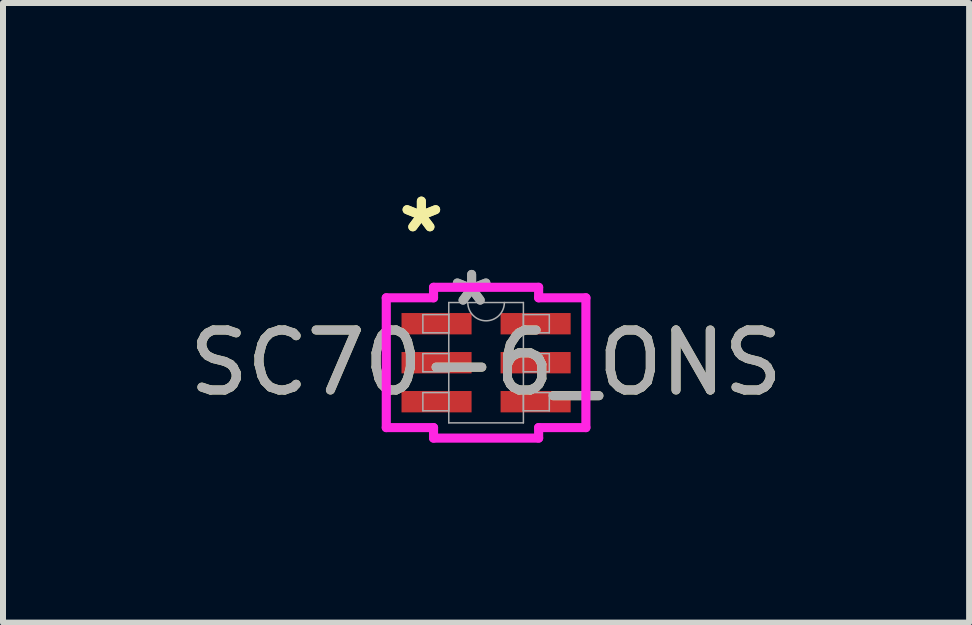
<source format=kicad_pcb>
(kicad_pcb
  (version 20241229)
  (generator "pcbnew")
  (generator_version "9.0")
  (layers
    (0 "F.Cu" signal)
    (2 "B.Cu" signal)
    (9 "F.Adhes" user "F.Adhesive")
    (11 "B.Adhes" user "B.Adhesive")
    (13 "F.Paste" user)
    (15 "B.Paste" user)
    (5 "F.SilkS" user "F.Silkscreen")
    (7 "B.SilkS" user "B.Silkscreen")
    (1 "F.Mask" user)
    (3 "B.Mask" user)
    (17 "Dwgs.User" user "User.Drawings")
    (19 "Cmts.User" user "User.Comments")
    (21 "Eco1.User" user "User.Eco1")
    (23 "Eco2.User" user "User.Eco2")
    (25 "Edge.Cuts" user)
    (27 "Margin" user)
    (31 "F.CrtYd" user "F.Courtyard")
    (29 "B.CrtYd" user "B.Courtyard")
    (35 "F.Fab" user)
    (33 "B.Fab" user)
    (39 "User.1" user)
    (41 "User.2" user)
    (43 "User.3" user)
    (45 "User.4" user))
  (footprint "SC70-6_ONS"
    (layer "F.Cu")
    (at 5.054 2.997)
    (property "Reference" "SC70-6_ONS" (at 0 0 0) (unlocked yes) (layer "F.SilkS") (effects (font (size 1 1) (thickness 0.15))))
    (attr smd)
    (fp_line (start -1.664 -1.082) (end -0.876 -1.082) (stroke (width 0.152) (type solid)) (layer "F.CrtYd"))
    (fp_line (start -1.664 1.082) (end -1.664 -1.082) (stroke (width 0.152) (type solid)) (layer "F.CrtYd"))
    (fp_line (start -1.664 1.082) (end -0.876 1.082) (stroke (width 0.152) (type solid)) (layer "F.CrtYd"))
    (fp_line (start -0.876 -1.257) (end 0.876 -1.257) (stroke (width 0.152) (type solid)) (layer "F.CrtYd"))
    (fp_line (start -0.876 -1.082) (end -0.876 -1.257) (stroke (width 0.152) (type solid)) (layer "F.CrtYd"))
    (fp_line (start -0.876 1.257) (end -0.876 1.082) (stroke (width 0.152) (type solid)) (layer "F.CrtYd"))
    (fp_line (start 0.876 -1.257) (end 0.876 -1.082) (stroke (width 0.152) (type solid)) (layer "F.CrtYd"))
    (fp_line (start 0.876 1.082) (end 0.876 1.257) (stroke (width 0.152) (type solid)) (layer "F.CrtYd"))
    (fp_line (start 0.876 1.257) (end -0.876 1.257) (stroke (width 0.152) (type solid)) (layer "F.CrtYd"))
    (fp_line (start 1.664 -1.082) (end 0.876 -1.082) (stroke (width 0.152) (type solid)) (layer "F.CrtYd"))
    (fp_line (start 1.664 -1.082) (end 1.664 1.082) (stroke (width 0.152) (type solid)) (layer "F.CrtYd"))
    (fp_line (start 1.664 1.082) (end 0.876 1.082) (stroke (width 0.152) (type solid)) (layer "F.CrtYd"))
    (fp_line (start -1.054 -0.802) (end -1.054 -0.498) (stroke (width 0.025) (type solid)) (layer "F.Fab"))
    (fp_line (start -1.054 -0.498) (end -0.622 -0.498) (stroke (width 0.025) (type solid)) (layer "F.Fab"))
    (fp_line (start -1.054 -0.152) (end -1.054 0.152) (stroke (width 0.025) (type solid)) (layer "F.Fab"))
    (fp_line (start -1.054 0.152) (end -0.622 0.152) (stroke (width 0.025) (type solid)) (layer "F.Fab"))
    (fp_line (start -1.054 0.498) (end -1.054 0.802) (stroke (width 0.025) (type solid)) (layer "F.Fab"))
    (fp_line (start -1.054 0.802) (end -0.622 0.802) (stroke (width 0.025) (type solid)) (layer "F.Fab"))
    (fp_line (start -0.622 -1.003) (end -0.622 1.003) (stroke (width 0.025) (type solid)) (layer "F.Fab"))
    (fp_line (start -0.622 -0.802) (end -1.054 -0.802) (stroke (width 0.025) (type solid)) (layer "F.Fab"))
    (fp_line (start -0.622 -0.498) (end -0.622 -0.802) (stroke (width 0.025) (type solid)) (layer "F.Fab"))
    (fp_line (start -0.622 -0.152) (end -1.054 -0.152) (stroke (width 0.025) (type solid)) (layer "F.Fab"))
    (fp_line (start -0.622 0.152) (end -0.622 -0.152) (stroke (width 0.025) (type solid)) (layer "F.Fab"))
    (fp_line (start -0.622 0.498) (end -1.054 0.498) (stroke (width 0.025) (type solid)) (layer "F.Fab"))
    (fp_line (start -0.622 0.802) (end -0.622 0.498) (stroke (width 0.025) (type solid)) (layer "F.Fab"))
    (fp_line (start -0.622 1.003) (end 0.622 1.003) (stroke (width 0.025) (type solid)) (layer "F.Fab"))
    (fp_line (start 0.622 -1.003) (end -0.622 -1.003) (stroke (width 0.025) (type solid)) (layer "F.Fab"))
    (fp_line (start 0.622 -0.802) (end 0.622 -0.498) (stroke (width 0.025) (type solid)) (layer "F.Fab"))
    (fp_line (start 0.622 -0.498) (end 1.054 -0.498) (stroke (width 0.025) (type solid)) (layer "F.Fab"))
    (fp_line (start 0.622 -0.152) (end 0.622 0.152) (stroke (width 0.025) (type solid)) (layer "F.Fab"))
    (fp_line (start 0.622 0.152) (end 1.054 0.152) (stroke (width 0.025) (type solid)) (layer "F.Fab"))
    (fp_line (start 0.622 0.498) (end 0.622 0.802) (stroke (width 0.025) (type solid)) (layer "F.Fab"))
    (fp_line (start 0.622 0.802) (end 1.054 0.802) (stroke (width 0.025) (type solid)) (layer "F.Fab"))
    (fp_line (start 0.622 1.003) (end 0.622 -1.003) (stroke (width 0.025) (type solid)) (layer "F.Fab"))
    (fp_line (start 1.054 -0.802) (end 0.622 -0.802) (stroke (width 0.025) (type solid)) (layer "F.Fab"))
    (fp_line (start 1.054 -0.498) (end 1.054 -0.802) (stroke (width 0.025) (type solid)) (layer "F.Fab"))
    (fp_line (start 1.054 -0.152) (end 0.622 -0.152) (stroke (width 0.025) (type solid)) (layer "F.Fab"))
    (fp_line (start 1.054 0.152) (end 1.054 -0.152) (stroke (width 0.025) (type solid)) (layer "F.Fab"))
    (fp_line (start 1.054 0.498) (end 0.622 0.498) (stroke (width 0.025) (type solid)) (layer "F.Fab"))
    (fp_line (start 1.054 0.802) (end 1.054 0.498) (stroke (width 0.025) (type solid)) (layer "F.Fab"))
    (fp_arc (start 0.3048 -1.0033) (mid 0 -0.6985) (end -0.3048 -1.0033) (stroke (width 0.0254) (type solid)) (layer "F.Fab"))
    (fp_text user "*" (at -1.079 -2.149 0) (layer "F.SilkS") (effects (font (size 1 1) (thickness 0.15))))
    (fp_text user "*" (at -1.079 -2.149 0) (unlocked yes) (layer "F.SilkS") (effects (font (size 1 1) (thickness 0.15))))
    (fp_text user "${REFERENCE}" (at 0 0 0) (unlocked yes) (layer "F.Fab") (effects (font (size 1 1) (thickness 0.15))))
    (fp_text user "*" (at -0.241 -0.927 0) (unlocked yes) (layer "F.Fab") (effects (font (size 1 1) (thickness 0.15))))
    (fp_text user "*" (at -0.241 -0.927 0) (layer "F.Fab") (effects (font (size 1 1) (thickness 0.15))))
    (pad "1" smd rect (at -0.826 -0.65) (size 1.168 0.356) (layers "F.Cu" "F.Mask" "F.Paste"))
    (pad "2" smd rect (at -0.826 0) (size 1.168 0.356) (layers "F.Cu" "F.Mask" "F.Paste"))
    (pad "3" smd rect (at -0.826 0.65) (size 1.168 0.356) (layers "F.Cu" "F.Mask" "F.Paste"))
    (pad "4" smd rect (at 0.826 0.65) (size 1.168 0.356) (layers "F.Cu" "F.Mask" "F.Paste"))
    (pad "5" smd rect (at 0.826 0) (size 1.168 0.356) (layers "F.Cu" "F.Mask" "F.Paste"))
    (pad "6" smd rect (at 0.826 -0.65) (size 1.168 0.356) (layers "F.Cu" "F.Mask" "F.Paste")))
  (gr_rect
    (start -3 -3)
    (end 13.107 7.33)
    (stroke (width 0.1) (type default))
    (fill no)
    (layer "Edge.Cuts")))
</source>
